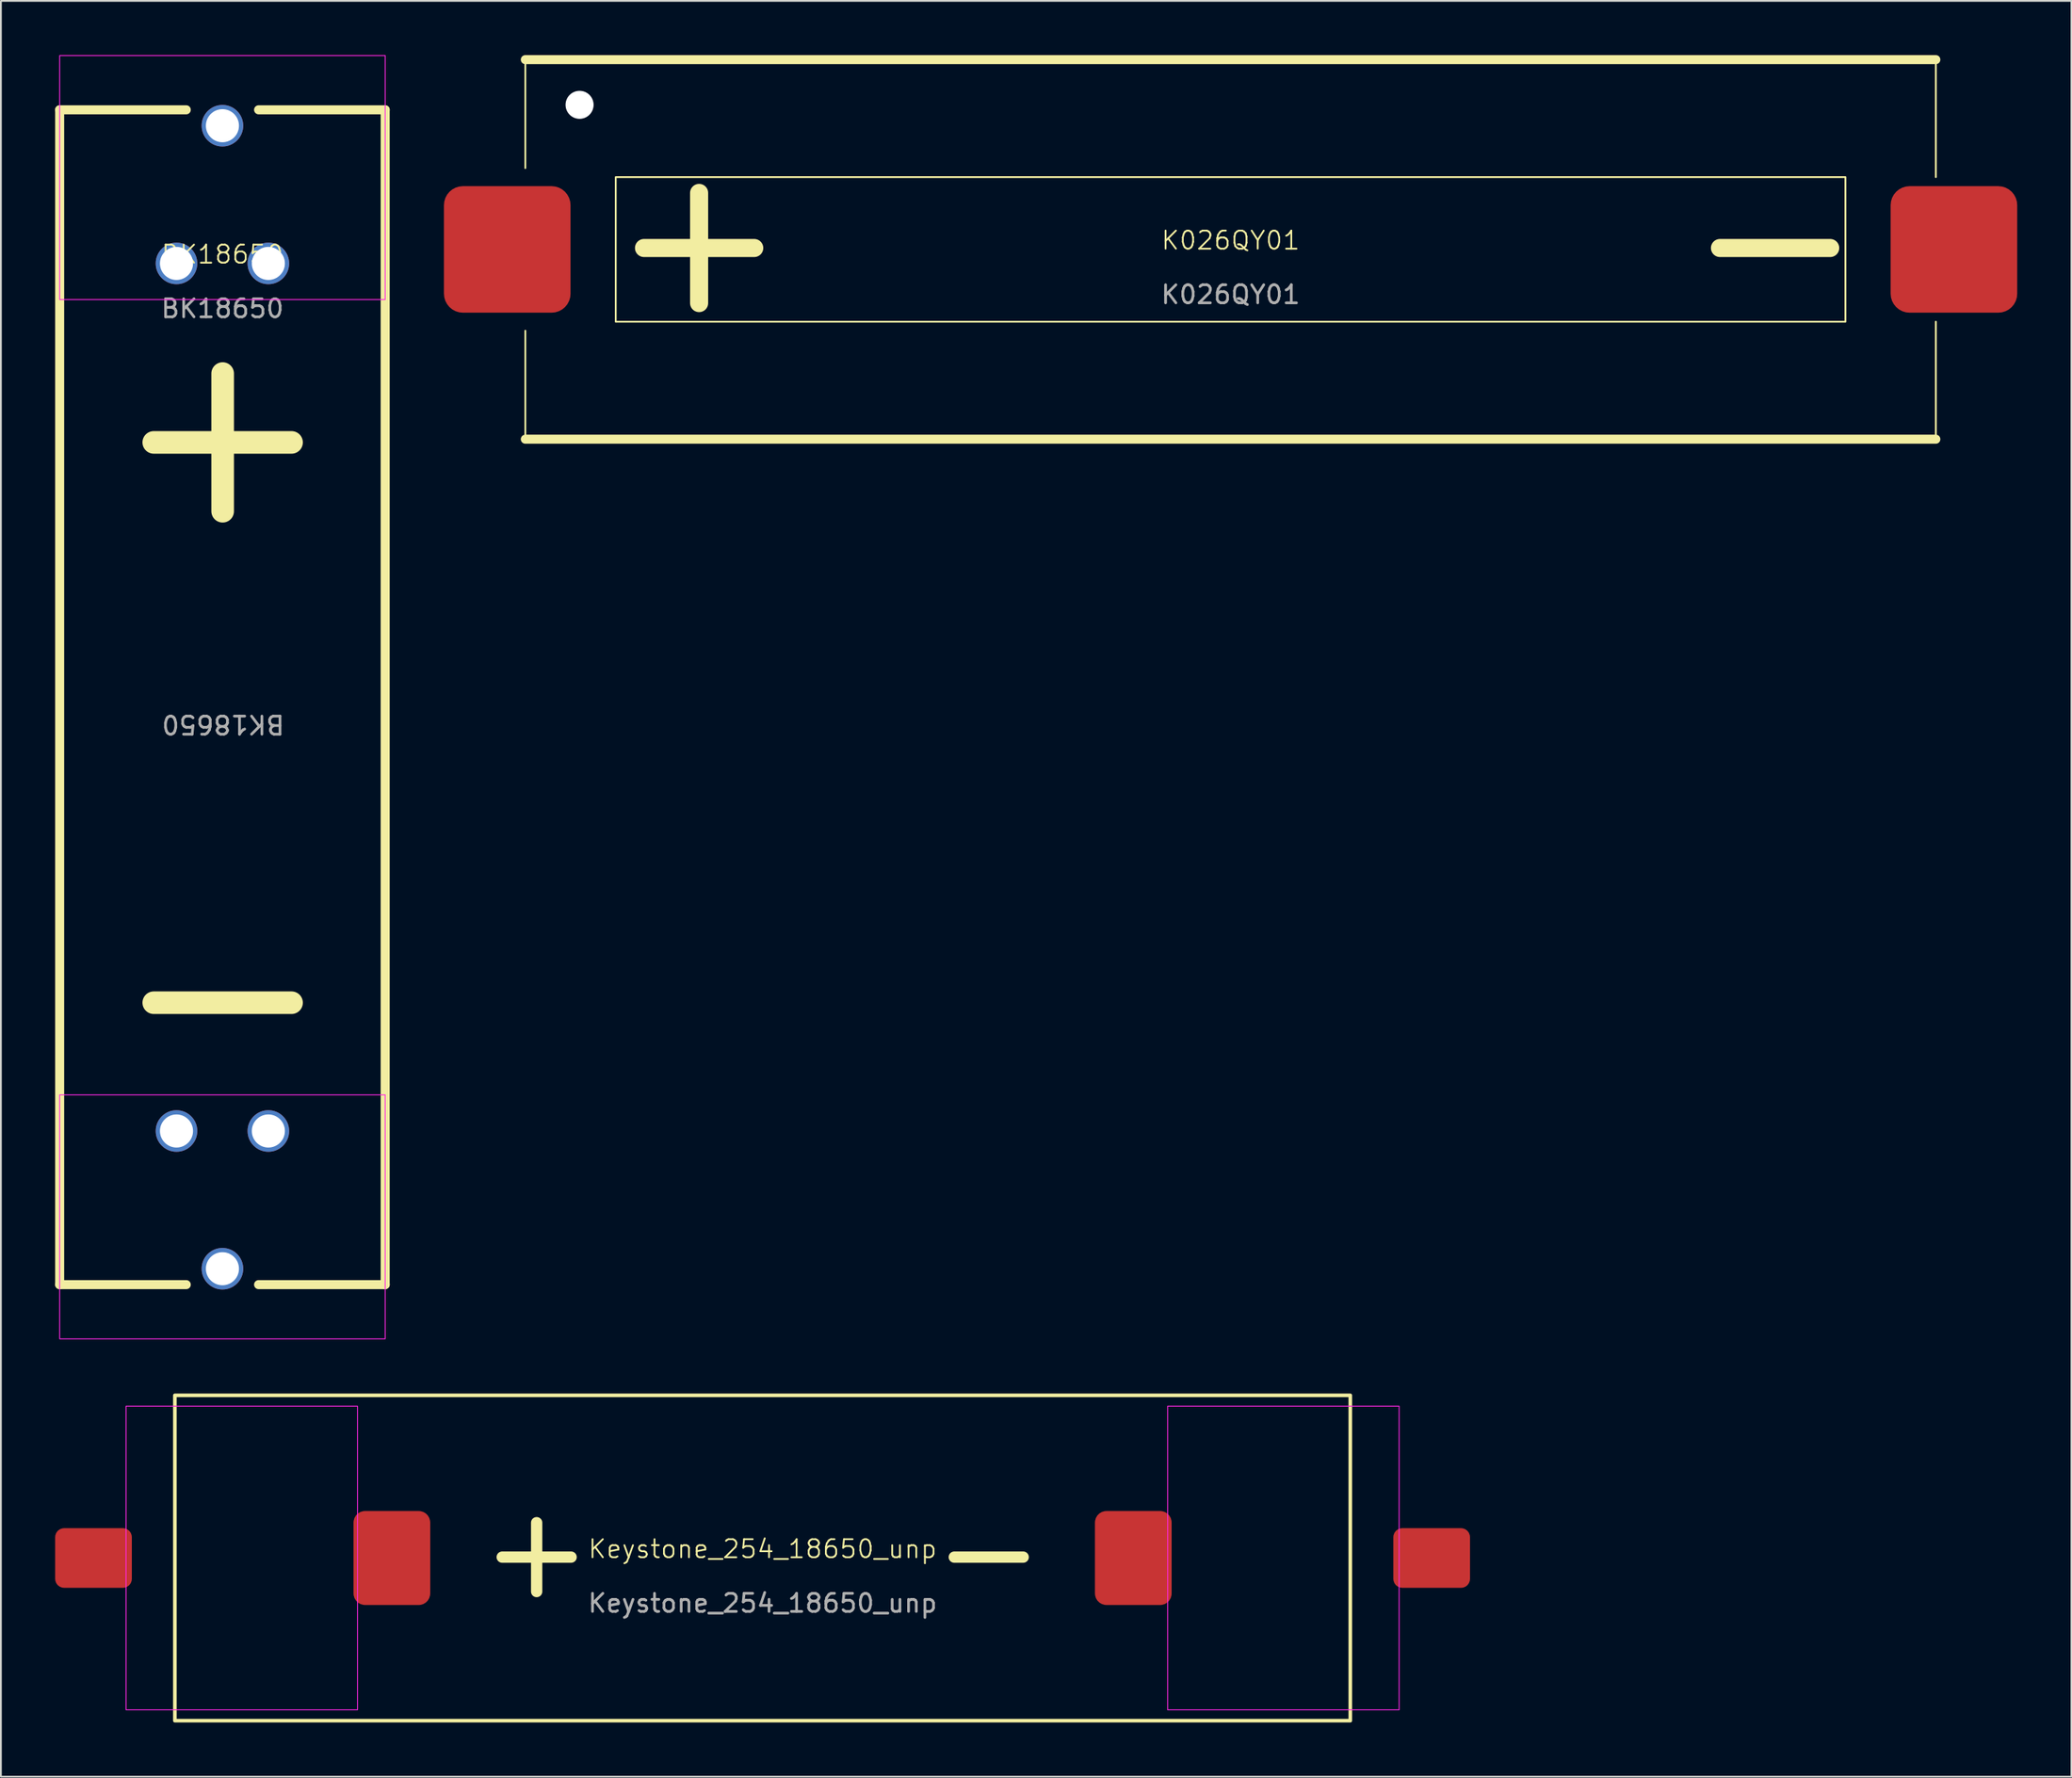
<source format=kicad_pcb>
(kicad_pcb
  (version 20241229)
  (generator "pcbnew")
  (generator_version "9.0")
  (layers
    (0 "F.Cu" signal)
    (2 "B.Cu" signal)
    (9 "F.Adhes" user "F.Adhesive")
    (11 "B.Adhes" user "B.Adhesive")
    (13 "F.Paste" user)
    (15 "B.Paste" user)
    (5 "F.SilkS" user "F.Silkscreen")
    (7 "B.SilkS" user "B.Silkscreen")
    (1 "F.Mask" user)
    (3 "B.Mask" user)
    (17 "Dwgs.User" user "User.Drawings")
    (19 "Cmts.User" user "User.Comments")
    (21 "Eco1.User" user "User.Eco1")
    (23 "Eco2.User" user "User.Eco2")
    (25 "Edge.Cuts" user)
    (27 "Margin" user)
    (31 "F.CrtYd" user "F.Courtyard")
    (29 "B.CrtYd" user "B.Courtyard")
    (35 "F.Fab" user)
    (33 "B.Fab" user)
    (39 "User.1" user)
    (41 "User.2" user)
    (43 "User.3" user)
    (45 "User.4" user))
  (footprint "Keystone_254_18650_unp"
    (layer "F.Cu")
    (at 39.12 83.15)
    (property "Reference" "Keystone_254_18650_unp" (at 0 -0.5 0) (unlocked yes) (layer "F.SilkS") (effects (font (size 1 1) (thickness 0.1))))
    (attr smd)
    (fp_rect (start -32.5 -9) (end 32.5 9) (stroke (width 0.2) (type solid)) (fill no) (layer "F.SilkS"))
    (fp_rect (start -35.2 -8.4) (end -22.4 8.4) (stroke (width 0.05) (type default)) (fill no) (layer "F.CrtYd"))
    (fp_rect (start 22.4 -8.4) (end 35.2 8.4) (stroke (width 0.05) (type default)) (fill no) (layer "F.CrtYd"))
    (fp_text user "-" (at 9 2.5 0) (unlocked yes) (layer "F.SilkS") (effects (font (size 5 5) (thickness 0.625)) (justify left bottom)))
    (fp_text user "+" (at -16 2.5 0) (unlocked yes) (layer "F.SilkS") (effects (font (size 5 5) (thickness 0.625)) (justify left bottom)))
    (fp_text user "${REFERENCE}" (at 0 2.5 0) (unlocked yes) (layer "F.Fab") (effects (font (size 1 1) (thickness 0.15))))
    (pad "1" smd roundrect (at -37 0 180) (size 4.24 3.3) (layers "F.Cu" "F.Mask" "F.Paste") (roundrect_rratio 0.15))
    (pad "1" smd roundrect (at -20.5 0 180) (size 4.24 5.2) (layers "F.Cu" "F.Mask" "F.Paste") (roundrect_rratio 0.15))
    (pad "2" smd roundrect (at 20.5 0 180) (size 4.24 5.2) (layers "F.Cu" "F.Mask" "F.Paste") (roundrect_rratio 0.15))
    (pad "2" smd roundrect (at 37 0 180) (size 4.24 3.3) (layers "F.Cu" "F.Mask" "F.Paste") (roundrect_rratio 0.15)))
  (footprint "K026QY01"
    (layer "F.Cu")
    (at 65 10.75)
    (property "Reference" "K026QY01" (at 0 -0.5 0) (unlocked yes) (layer "F.SilkS") (effects (font (size 1 1) (thickness 0.1))))
    (attr smd)
    (fp_line (start -39 -10.5) (end -39 -4.5) (stroke (width 0.1) (type default)) (layer "F.SilkS"))
    (fp_line (start -39 -10.5) (end 39 -10.5) (stroke (width 0.5) (type solid)) (layer "F.SilkS"))
    (fp_line (start -39 10.5) (end -39 4.5) (stroke (width 0.1) (type default)) (layer "F.SilkS"))
    (fp_line (start 39 -10.5) (end 39 -4) (stroke (width 0.1) (type default)) (layer "F.SilkS"))
    (fp_line (start 39 10.5) (end -39 10.5) (stroke (width 0.5) (type solid)) (layer "F.SilkS"))
    (fp_line (start 39 10.5) (end 39 4) (stroke (width 0.1) (type default)) (layer "F.SilkS"))
    (fp_rect (start -34 -4) (end 34 4) (stroke (width 0.1) (type default)) (fill no) (layer "F.SilkS"))
    (fp_text user "-" (at 24.5 4 0) (unlocked yes) (layer "F.SilkS") (effects (font (size 8 8) (thickness 1)) (justify left bottom)))
    (fp_text user "+" (at -35 4 0) (unlocked yes) (layer "F.SilkS") (effects (font (size 8 8) (thickness 1)) (justify left bottom)))
    (fp_text user "${REFERENCE}" (at 0 2.5 0) (unlocked yes) (layer "F.Fab") (effects (font (size 1 1) (thickness 0.15))))
    (pad "" np_thru_hole circle (at -36 -8) (size 1.55 1.55) (drill 1.55) (layers "*.Cu" "*.Mask"))
    (pad "1" smd roundrect (at -40 0) (size 7 7) (layers "F.Cu" "F.Mask" "F.Paste") (roundrect_rratio 0.15))
    (pad "2" smd roundrect (at 40 0) (size 7 7) (layers "F.Cu" "F.Mask" "F.Paste") (roundrect_rratio 0.15)))
  (footprint "BK18650"
    (layer "F.Cu")
    (at 9.25 11.525)
    (property "Reference" "BK18650" (at 0 -0.5 0) (unlocked yes) (layer "F.SilkS") (effects (font (size 1 1) (thickness 0.1))))
    (attr smd)
    (fp_line (start -9 -8.5) (end -9 56.5) (stroke (width 0.5) (type solid)) (layer "F.SilkS"))
    (fp_line (start -9 -8.5) (end -2 -8.5) (stroke (width 0.5) (type solid)) (layer "F.SilkS"))
    (fp_line (start -9 56.5) (end -2 56.5) (stroke (width 0.5) (type solid)) (layer "F.SilkS"))
    (fp_line (start 9 -8.5) (end 2 -8.5) (stroke (width 0.5) (type solid)) (layer "F.SilkS"))
    (fp_line (start 9 -8.5) (end 9 56.5) (stroke (width 0.5) (type solid)) (layer "F.SilkS"))
    (fp_line (start 9 56.5) (end 2 56.5) (stroke (width 0.5) (type solid)) (layer "F.SilkS"))
    (fp_rect (start -9 -11.5) (end 9 2) (stroke (width 0.05) (type default)) (fill no) (layer "F.CrtYd"))
    (fp_rect (start -9 46) (end 9 59.5) (stroke (width 0.05) (type default)) (fill no) (layer "F.CrtYd"))
    (fp_text user "+" (at -7 15 0) (unlocked yes) (layer "F.SilkS") (effects (font (size 10 10) (thickness 1.25)) (justify left bottom)))
    (fp_text user "-" (at -7 46 0) (unlocked yes) (layer "F.SilkS") (effects (font (size 10 10) (thickness 1.25)) (justify left bottom)))
    (fp_text user "${REFERENCE}" (at 0.04 25.5 180) (unlocked yes) (layer "F.Fab") (effects (font (size 1 1) (thickness 0.15))))
    (fp_text user "${REFERENCE}" (at 0 2.5 0) (unlocked yes) (layer "F.Fab") (effects (font (size 1 1) (thickness 0.15))))
    (pad "1" thru_hole circle (at -2.54 0) (size 2.3 2.3) (drill 1.83) (layers "*.Cu" "*.Mask"))
    (pad "1" thru_hole circle (at 0 -7.62) (size 2.3 2.3) (drill 1.83) (layers "*.Cu" "*.Mask"))
    (pad "1" thru_hole circle (at 2.54 0) (size 2.3 2.3) (drill 1.83) (layers "*.Cu" "*.Mask"))
    (pad "2" thru_hole circle (at -2.54 48 180) (size 2.3 2.3) (drill 1.83) (layers "*.Cu" "*.Mask"))
    (pad "2" thru_hole circle (at 0 55.62 180) (size 2.3 2.3) (drill 1.83) (layers "*.Cu" "*.Mask"))
    (pad "2" thru_hole circle (at 2.54 48 180) (size 2.3 2.3) (drill 1.83) (layers "*.Cu" "*.Mask")))
  (gr_rect
    (start -3 -3)
    (end 111.5 95.25)
    (stroke (width 0.1) (type default))
    (fill no)
    (layer "Edge.Cuts")))
</source>
